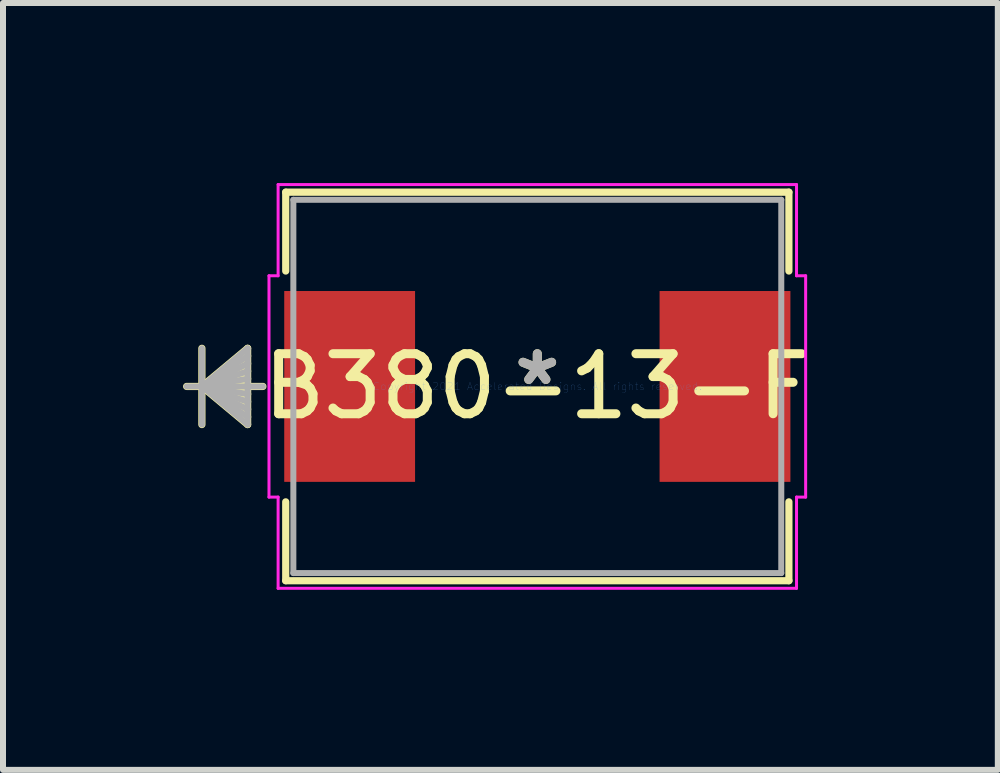
<source format=kicad_pcb>
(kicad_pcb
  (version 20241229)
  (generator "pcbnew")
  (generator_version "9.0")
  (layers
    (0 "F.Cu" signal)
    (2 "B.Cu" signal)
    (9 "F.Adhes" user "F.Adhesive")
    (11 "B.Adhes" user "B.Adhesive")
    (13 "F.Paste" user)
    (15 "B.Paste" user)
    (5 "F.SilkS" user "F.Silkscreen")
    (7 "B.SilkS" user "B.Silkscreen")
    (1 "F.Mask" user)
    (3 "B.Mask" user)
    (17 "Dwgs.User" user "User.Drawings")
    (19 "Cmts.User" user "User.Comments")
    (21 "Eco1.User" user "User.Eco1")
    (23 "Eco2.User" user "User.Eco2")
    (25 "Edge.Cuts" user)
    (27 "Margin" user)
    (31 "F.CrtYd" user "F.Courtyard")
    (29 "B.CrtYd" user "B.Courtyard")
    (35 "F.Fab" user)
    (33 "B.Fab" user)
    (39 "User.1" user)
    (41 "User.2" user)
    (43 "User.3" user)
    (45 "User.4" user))
  (footprint "B380-13-F"
    (layer "F.Cu")
    (at 5.903 3.389)
    (property "Reference" "B380-13-F" (at 0 0 0) (layer "F.SilkS") (effects (font (size 1 1) (thickness 0.15))))
    (attr through_hole)
    (fp_line (start -5.589 -0.635) (end -5.589 0.635) (stroke (width 0.12) (type solid)) (layer "F.SilkS"))
    (fp_line (start -5.589 0) (end -4.827 -0.635) (stroke (width 0.12) (type solid)) (layer "F.SilkS"))
    (fp_line (start -5.589 0) (end -4.827 -0.508) (stroke (width 0.12) (type solid)) (layer "F.SilkS"))
    (fp_line (start -5.589 0) (end -4.827 -0.381) (stroke (width 0.12) (type solid)) (layer "F.SilkS"))
    (fp_line (start -5.589 0) (end -4.827 -0.254) (stroke (width 0.12) (type solid)) (layer "F.SilkS"))
    (fp_line (start -5.589 0) (end -4.827 -0.127) (stroke (width 0.12) (type solid)) (layer "F.SilkS"))
    (fp_line (start -5.589 0) (end -4.827 0.127) (stroke (width 0.12) (type solid)) (layer "F.SilkS"))
    (fp_line (start -5.589 0) (end -4.827 0.254) (stroke (width 0.12) (type solid)) (layer "F.SilkS"))
    (fp_line (start -5.589 0) (end -4.827 0.381) (stroke (width 0.12) (type solid)) (layer "F.SilkS"))
    (fp_line (start -5.589 0) (end -4.827 0.508) (stroke (width 0.12) (type solid)) (layer "F.SilkS"))
    (fp_line (start -5.589 0) (end -4.827 0.635) (stroke (width 0.12) (type solid)) (layer "F.SilkS"))
    (fp_line (start -4.827 -0.635) (end -4.827 0.635) (stroke (width 0.12) (type solid)) (layer "F.SilkS"))
    (fp_line (start -4.573 0) (end -5.843 0) (stroke (width 0.12) (type solid)) (layer "F.SilkS"))
    (fp_line (start -4.192 -3.237) (end -4.192 -1.923) (stroke (width 0.12) (type solid)) (layer "F.SilkS"))
    (fp_line (start -4.192 1.923) (end -4.192 3.237) (stroke (width 0.12) (type solid)) (layer "F.SilkS"))
    (fp_line (start -4.192 3.237) (end 4.192 3.237) (stroke (width 0.12) (type solid)) (layer "F.SilkS"))
    (fp_line (start 4.192 -3.237) (end -4.192 -3.237) (stroke (width 0.12) (type solid)) (layer "F.SilkS"))
    (fp_line (start 4.192 -1.923) (end 4.192 -3.237) (stroke (width 0.12) (type solid)) (layer "F.SilkS"))
    (fp_line (start 4.192 3.237) (end 4.192 1.923) (stroke (width 0.12) (type solid)) (layer "F.SilkS"))
    (fp_line (start -4.471 -1.844) (end -4.319 -1.844) (stroke (width 0.05) (type solid)) (layer "F.CrtYd"))
    (fp_line (start -4.471 1.844) (end -4.471 -1.844) (stroke (width 0.05) (type solid)) (layer "F.CrtYd"))
    (fp_line (start -4.319 -3.364) (end 4.319 -3.364) (stroke (width 0.05) (type solid)) (layer "F.CrtYd"))
    (fp_line (start -4.319 -1.844) (end -4.319 -3.364) (stroke (width 0.05) (type solid)) (layer "F.CrtYd"))
    (fp_line (start -4.319 1.844) (end -4.471 1.844) (stroke (width 0.05) (type solid)) (layer "F.CrtYd"))
    (fp_line (start -4.319 3.364) (end -4.319 1.844) (stroke (width 0.05) (type solid)) (layer "F.CrtYd"))
    (fp_line (start 4.319 -3.364) (end 4.319 -1.844) (stroke (width 0.05) (type solid)) (layer "F.CrtYd"))
    (fp_line (start 4.319 -1.844) (end 4.471 -1.844) (stroke (width 0.05) (type solid)) (layer "F.CrtYd"))
    (fp_line (start 4.319 1.844) (end 4.319 3.364) (stroke (width 0.05) (type solid)) (layer "F.CrtYd"))
    (fp_line (start 4.319 3.364) (end -4.319 3.364) (stroke (width 0.05) (type solid)) (layer "F.CrtYd"))
    (fp_line (start 4.471 -1.844) (end 4.471 1.844) (stroke (width 0.05) (type solid)) (layer "F.CrtYd"))
    (fp_line (start 4.471 1.844) (end 4.319 1.844) (stroke (width 0.05) (type solid)) (layer "F.CrtYd"))
    (fp_line (start -5.589 -0.635) (end -5.589 0.635) (stroke (width 0.1) (type solid)) (layer "F.Fab"))
    (fp_line (start -5.589 0) (end -4.827 -0.635) (stroke (width 0.1) (type solid)) (layer "F.Fab"))
    (fp_line (start -5.589 0) (end -4.827 -0.508) (stroke (width 0.1) (type solid)) (layer "F.Fab"))
    (fp_line (start -5.589 0) (end -4.827 -0.381) (stroke (width 0.1) (type solid)) (layer "F.Fab"))
    (fp_line (start -5.589 0) (end -4.827 -0.254) (stroke (width 0.1) (type solid)) (layer "F.Fab"))
    (fp_line (start -5.589 0) (end -4.827 -0.127) (stroke (width 0.1) (type solid)) (layer "F.Fab"))
    (fp_line (start -5.589 0) (end -4.827 0.127) (stroke (width 0.1) (type solid)) (layer "F.Fab"))
    (fp_line (start -5.589 0) (end -4.827 0.254) (stroke (width 0.1) (type solid)) (layer "F.Fab"))
    (fp_line (start -5.589 0) (end -4.827 0.381) (stroke (width 0.1) (type solid)) (layer "F.Fab"))
    (fp_line (start -5.589 0) (end -4.827 0.508) (stroke (width 0.1) (type solid)) (layer "F.Fab"))
    (fp_line (start -5.589 0) (end -4.827 0.635) (stroke (width 0.1) (type solid)) (layer "F.Fab"))
    (fp_line (start -4.827 -0.635) (end -4.827 0.635) (stroke (width 0.1) (type solid)) (layer "F.Fab"))
    (fp_line (start -4.573 0) (end -5.843 0) (stroke (width 0.1) (type solid)) (layer "F.Fab"))
    (fp_line (start -4.065 -3.11) (end -4.065 3.11) (stroke (width 0.1) (type solid)) (layer "F.Fab"))
    (fp_line (start -4.065 3.11) (end 4.065 3.11) (stroke (width 0.1) (type solid)) (layer "F.Fab"))
    (fp_line (start 4.065 -3.11) (end -4.065 -3.11) (stroke (width 0.1) (type solid)) (layer "F.Fab"))
    (fp_line (start 4.065 3.11) (end 4.065 -3.11) (stroke (width 0.1) (type solid)) (layer "F.Fab"))
    (fp_text user "*" (at 0 0 0) (layer "F.SilkS") (effects (font (size 1 1) (thickness 0.15))))
    (fp_text user "Copyright 2021 Accelerated Designs. All rights reserved." (at 0 0 0) (layer "Cmts.User") (effects (font (size 0.127 0.127) (thickness 0.002))))
    (fp_text user "*" (at 0 0 0) (layer "F.Fab") (effects (font (size 1 1) (thickness 0.15))))
    (pad "1" smd rect (at -3.127 0 90) (size 3.18 2.18) (layers "F.Cu" "F.Mask" "F.Paste"))
    (pad "2" smd rect (at 3.127 0 90) (size 3.18 2.18) (layers "F.Cu" "F.Mask" "F.Paste")))
  (gr_rect
    (start -3 -3)
    (end 13.576 9.778)
    (stroke (width 0.1) (type default))
    (fill no)
    (layer "Edge.Cuts")))
</source>
